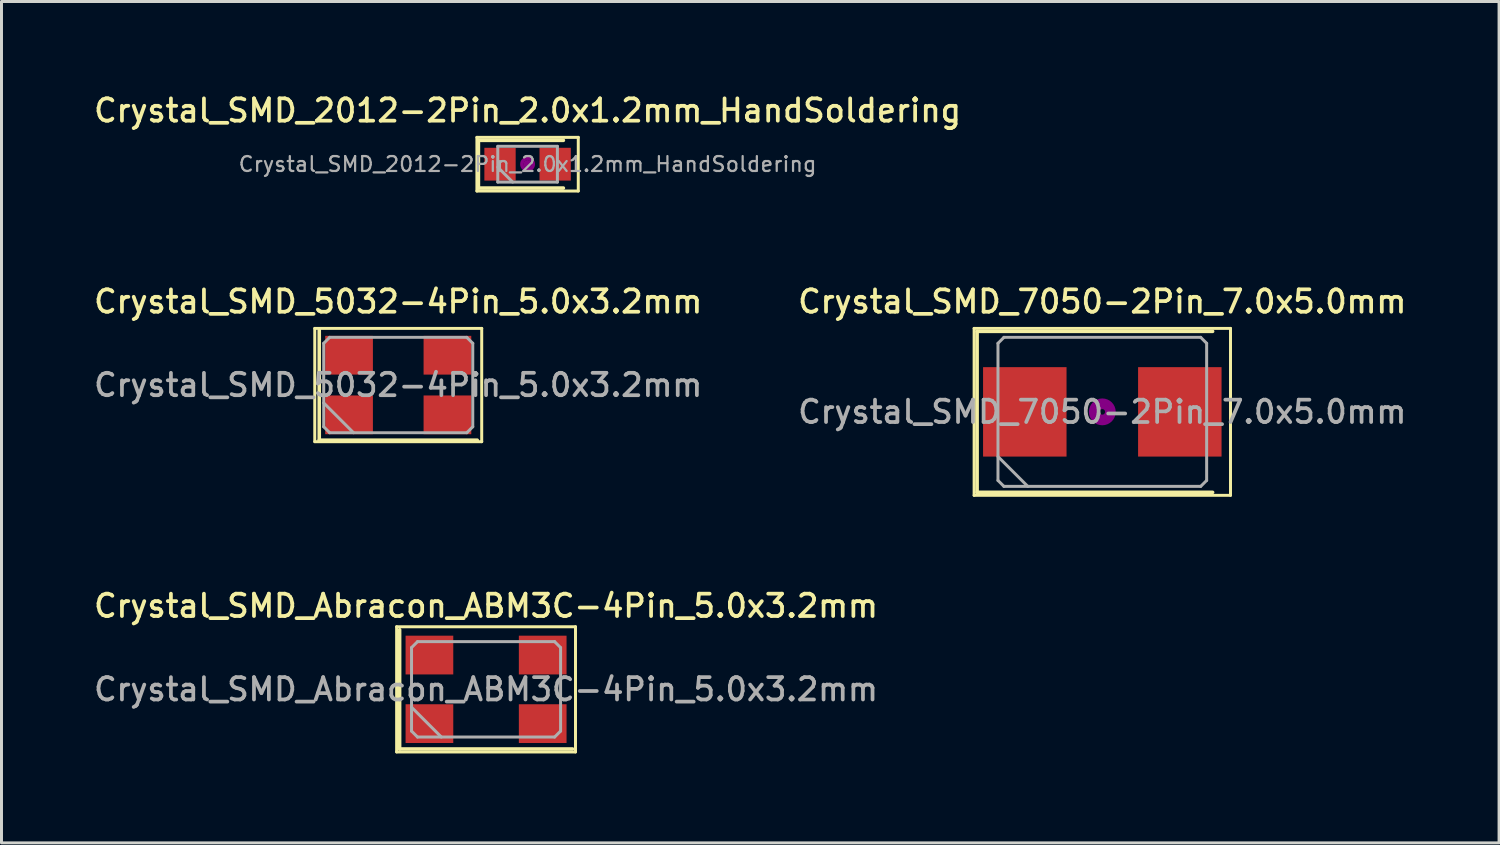
<source format=kicad_pcb>
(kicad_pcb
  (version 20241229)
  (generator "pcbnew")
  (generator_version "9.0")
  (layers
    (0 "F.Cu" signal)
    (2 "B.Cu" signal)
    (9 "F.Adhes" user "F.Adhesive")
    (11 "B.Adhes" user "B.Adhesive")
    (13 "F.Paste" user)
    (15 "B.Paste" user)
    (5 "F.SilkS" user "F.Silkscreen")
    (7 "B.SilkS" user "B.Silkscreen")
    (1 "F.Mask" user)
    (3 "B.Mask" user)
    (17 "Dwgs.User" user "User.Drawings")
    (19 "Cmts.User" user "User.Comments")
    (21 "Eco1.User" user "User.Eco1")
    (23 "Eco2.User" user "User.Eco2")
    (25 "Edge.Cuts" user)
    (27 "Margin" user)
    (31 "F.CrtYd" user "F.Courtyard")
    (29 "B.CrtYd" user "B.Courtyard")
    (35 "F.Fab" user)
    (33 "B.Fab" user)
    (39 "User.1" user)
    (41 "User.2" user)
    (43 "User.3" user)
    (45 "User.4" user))
  (footprint "Crystal_SMD_5032-4Pin_5.0x3.2mm"
    (layer "F.Cu")
    (at 10.309 9.866)
    (property "Reference" "Crystal_SMD_5032-4Pin_5.0x3.2mm" (at 0 -2.8 0) (layer "F.SilkS") (effects (font (size 0.75 0.75) (thickness 0.125))))
    (attr smd)
    (fp_line (start -2.8 -1.9) (end -2.8 1.9) (stroke (width 0.1) (type solid)) (layer "F.SilkS"))
    (fp_line (start -2.8 1.9) (end 2.8 1.9) (stroke (width 0.1) (type solid)) (layer "F.SilkS"))
    (fp_line (start -2.65 -1.85) (end -2.65 1.85) (stroke (width 0.12) (type solid)) (layer "F.SilkS"))
    (fp_line (start -2.65 1.85) (end 2.65 1.85) (stroke (width 0.12) (type solid)) (layer "F.SilkS"))
    (fp_line (start 2.8 -1.9) (end -2.8 -1.9) (stroke (width 0.1) (type solid)) (layer "F.SilkS"))
    (fp_line (start 2.8 1.9) (end 2.8 -1.9) (stroke (width 0.1) (type solid)) (layer "F.SilkS"))
    (fp_line (start -2.5 -1.4) (end -2.3 -1.6) (stroke (width 0.1) (type solid)) (layer "F.Fab"))
    (fp_line (start -2.5 0.6) (end -1.5 1.6) (stroke (width 0.1) (type solid)) (layer "F.Fab"))
    (fp_line (start -2.5 1.4) (end -2.5 -1.4) (stroke (width 0.1) (type solid)) (layer "F.Fab"))
    (fp_line (start -2.3 -1.6) (end 2.3 -1.6) (stroke (width 0.1) (type solid)) (layer "F.Fab"))
    (fp_line (start -2.3 1.6) (end -2.5 1.4) (stroke (width 0.1) (type solid)) (layer "F.Fab"))
    (fp_line (start 2.3 -1.6) (end 2.5 -1.4) (stroke (width 0.1) (type solid)) (layer "F.Fab"))
    (fp_line (start 2.3 1.6) (end -2.3 1.6) (stroke (width 0.1) (type solid)) (layer "F.Fab"))
    (fp_line (start 2.5 -1.4) (end 2.5 1.4) (stroke (width 0.1) (type solid)) (layer "F.Fab"))
    (fp_line (start 2.5 1.4) (end 2.3 1.6) (stroke (width 0.1) (type solid)) (layer "F.Fab"))
    (fp_text user "${REFERENCE}" (at 0 0 0) (layer "F.Fab") (effects (font (size 0.75 0.75) (thickness 0.125))))
    (pad "1" smd rect (at -1.65 1) (size 1.6 1.3) (layers "F.Cu" "F.Mask" "F.Paste"))
    (pad "2" smd rect (at 1.65 1) (size 1.6 1.3) (layers "F.Cu" "F.Mask" "F.Paste"))
    (pad "3" smd rect (at 1.65 -1) (size 1.6 1.3) (layers "F.Cu" "F.Mask" "F.Paste"))
    (pad "4" smd rect (at -1.65 -1) (size 1.6 1.3) (layers "F.Cu" "F.Mask" "F.Paste")))
  (footprint "Crystal_SMD_7050-2Pin_7.0x5.0mm"
    (layer "F.Cu")
    (at 33.927 10.766)
    (property "Reference" "Crystal_SMD_7050-2Pin_7.0x5.0mm" (at 0 -3.7 0) (layer "F.SilkS") (effects (font (size 0.75 0.75) (thickness 0.125))))
    (attr smd)
    (fp_line (start -4.3 -2.8) (end -4.3 2.8) (stroke (width 0.1) (type solid)) (layer "F.SilkS"))
    (fp_line (start -4.3 2.8) (end 4.3 2.8) (stroke (width 0.1) (type solid)) (layer "F.SilkS"))
    (fp_line (start -4.2 -2.7) (end -4.2 2.7) (stroke (width 0.12) (type solid)) (layer "F.SilkS"))
    (fp_line (start -4.2 2.7) (end 3.7 2.7) (stroke (width 0.12) (type solid)) (layer "F.SilkS"))
    (fp_line (start 3.7 -2.7) (end -4.2 -2.7) (stroke (width 0.12) (type solid)) (layer "F.SilkS"))
    (fp_line (start 4.3 -2.8) (end -4.3 -2.8) (stroke (width 0.1) (type solid)) (layer "F.SilkS"))
    (fp_line (start 4.3 2.8) (end 4.3 -2.8) (stroke (width 0.1) (type solid)) (layer "F.SilkS"))
    (fp_circle (center 0 0) (end 0.093 0) (stroke (width 0.187) (type solid)) (fill no) (layer "F.Adhes"))
    (fp_circle (center 0 0) (end 0.213 0) (stroke (width 0.133) (type solid)) (fill no) (layer "F.Adhes"))
    (fp_circle (center 0 0) (end 0.333 0) (stroke (width 0.133) (type solid)) (fill no) (layer "F.Adhes"))
    (fp_circle (center 0 0) (end 0.4 0) (stroke (width 0.1) (type solid)) (fill no) (layer "F.Adhes"))
    (fp_line (start -3.5 -2.3) (end -3.3 -2.5) (stroke (width 0.1) (type solid)) (layer "F.Fab"))
    (fp_line (start -3.5 1.5) (end -2.5 2.5) (stroke (width 0.1) (type solid)) (layer "F.Fab"))
    (fp_line (start -3.5 2.3) (end -3.5 -2.3) (stroke (width 0.1) (type solid)) (layer "F.Fab"))
    (fp_line (start -3.3 -2.5) (end 3.3 -2.5) (stroke (width 0.1) (type solid)) (layer "F.Fab"))
    (fp_line (start -3.3 2.5) (end -3.5 2.3) (stroke (width 0.1) (type solid)) (layer "F.Fab"))
    (fp_line (start 3.3 -2.5) (end 3.5 -2.3) (stroke (width 0.1) (type solid)) (layer "F.Fab"))
    (fp_line (start 3.3 2.5) (end -3.3 2.5) (stroke (width 0.1) (type solid)) (layer "F.Fab"))
    (fp_line (start 3.5 -2.3) (end 3.5 2.3) (stroke (width 0.1) (type solid)) (layer "F.Fab"))
    (fp_line (start 3.5 2.3) (end 3.3 2.5) (stroke (width 0.1) (type solid)) (layer "F.Fab"))
    (fp_text user "${REFERENCE}" (at 0 0 0) (layer "F.Fab") (effects (font (size 0.75 0.75) (thickness 0.125))))
    (pad "1" smd rect (at -2.6 0) (size 2.8 3) (layers "F.Cu" "F.Mask" "F.Paste"))
    (pad "2" smd rect (at 2.6 0) (size 2.8 3) (layers "F.Cu" "F.Mask" "F.Paste")))
  (footprint "Crystal_SMD_Abracon_ABM3C-4Pin_5.0x3.2mm"
    (layer "F.Cu")
    (at 13.255 20.074)
    (property "Reference" "Crystal_SMD_Abracon_ABM3C-4Pin_5.0x3.2mm" (at 0 -2.8 0) (layer "F.SilkS") (effects (font (size 0.75 0.75) (thickness 0.125))))
    (attr smd)
    (fp_line (start -3 -2.1) (end -3 2.1) (stroke (width 0.1) (type solid)) (layer "F.SilkS"))
    (fp_line (start -3 2.1) (end 3 2.1) (stroke (width 0.1) (type solid)) (layer "F.SilkS"))
    (fp_line (start -2.9 -2) (end -2.9 2) (stroke (width 0.12) (type solid)) (layer "F.SilkS"))
    (fp_line (start -2.9 2) (end 2.9 2) (stroke (width 0.12) (type solid)) (layer "F.SilkS"))
    (fp_line (start 3 -2.1) (end -3 -2.1) (stroke (width 0.1) (type solid)) (layer "F.SilkS"))
    (fp_line (start 3 2.1) (end 3 -2.1) (stroke (width 0.1) (type solid)) (layer "F.SilkS"))
    (fp_line (start -2.5 -1.4) (end -2.3 -1.6) (stroke (width 0.1) (type solid)) (layer "F.Fab"))
    (fp_line (start -2.5 0.6) (end -1.5 1.6) (stroke (width 0.1) (type solid)) (layer "F.Fab"))
    (fp_line (start -2.5 1.4) (end -2.5 -1.4) (stroke (width 0.1) (type solid)) (layer "F.Fab"))
    (fp_line (start -2.3 -1.6) (end 2.3 -1.6) (stroke (width 0.1) (type solid)) (layer "F.Fab"))
    (fp_line (start -2.3 1.6) (end -2.5 1.4) (stroke (width 0.1) (type solid)) (layer "F.Fab"))
    (fp_line (start 2.3 -1.6) (end 2.5 -1.4) (stroke (width 0.1) (type solid)) (layer "F.Fab"))
    (fp_line (start 2.3 1.6) (end -2.3 1.6) (stroke (width 0.1) (type solid)) (layer "F.Fab"))
    (fp_line (start 2.5 -1.4) (end 2.5 1.4) (stroke (width 0.1) (type solid)) (layer "F.Fab"))
    (fp_line (start 2.5 1.4) (end 2.3 1.6) (stroke (width 0.1) (type solid)) (layer "F.Fab"))
    (fp_text user "${REFERENCE}" (at 0 0 0) (layer "F.Fab") (effects (font (size 0.75 0.75) (thickness 0.125))))
    (pad "1" smd rect (at -1.9 1.15) (size 1.6 1.3) (layers "F.Cu" "F.Mask" "F.Paste"))
    (pad "2" smd rect (at 1.9 1.15) (size 1.6 1.3) (layers "F.Cu" "F.Mask" "F.Paste"))
    (pad "3" smd rect (at 1.9 -1.15) (size 1.6 1.3) (layers "F.Cu" "F.Mask" "F.Paste"))
    (pad "4" smd rect (at -1.9 -1.15) (size 1.6 1.3) (layers "F.Cu" "F.Mask" "F.Paste")))
  (footprint "Crystal_SMD_2012-2Pin_2.0x1.2mm_HandSoldering"
    (layer "F.Cu")
    (at 14.648 2.458)
    (property "Reference" "Crystal_SMD_2012-2Pin_2.0x1.2mm_HandSoldering" (at 0 -1.8 0) (layer "F.SilkS") (effects (font (size 0.75 0.75) (thickness 0.125))))
    (attr smd)
    (fp_line (start -1.7 -0.9) (end -1.7 0.9) (stroke (width 0.1) (type solid)) (layer "F.SilkS"))
    (fp_line (start -1.7 0.9) (end 1.7 0.9) (stroke (width 0.1) (type solid)) (layer "F.SilkS"))
    (fp_line (start -1.65 -0.8) (end -1.65 0.8) (stroke (width 0.12) (type solid)) (layer "F.SilkS"))
    (fp_line (start -1.65 0.8) (end 1.2 0.8) (stroke (width 0.12) (type solid)) (layer "F.SilkS"))
    (fp_line (start 1.2 -0.8) (end -1.65 -0.8) (stroke (width 0.12) (type solid)) (layer "F.SilkS"))
    (fp_line (start 1.7 -0.9) (end -1.7 -0.9) (stroke (width 0.1) (type solid)) (layer "F.SilkS"))
    (fp_line (start 1.7 0.9) (end 1.7 -0.9) (stroke (width 0.1) (type solid)) (layer "F.SilkS"))
    (fp_circle (center 0 0) (end 0.047 0) (stroke (width 0.093) (type solid)) (fill no) (layer "F.Adhes"))
    (fp_circle (center 0 0) (end 0.107 0) (stroke (width 0.067) (type solid)) (fill no) (layer "F.Adhes"))
    (fp_circle (center 0 0) (end 0.167 0) (stroke (width 0.067) (type solid)) (fill no) (layer "F.Adhes"))
    (fp_circle (center 0 0) (end 0.2 0) (stroke (width 0.1) (type solid)) (fill no) (layer "F.Adhes"))
    (fp_line (start -1 -0.6) (end -1 0.6) (stroke (width 0.1) (type solid)) (layer "F.Fab"))
    (fp_line (start -1 0.1) (end -0.5 0.6) (stroke (width 0.1) (type solid)) (layer "F.Fab"))
    (fp_line (start -1 0.6) (end 1 0.6) (stroke (width 0.1) (type solid)) (layer "F.Fab"))
    (fp_line (start 1 -0.6) (end -1 -0.6) (stroke (width 0.1) (type solid)) (layer "F.Fab"))
    (fp_line (start 1 0.6) (end 1 -0.6) (stroke (width 0.1) (type solid)) (layer "F.Fab"))
    (fp_text user "${REFERENCE}" (at 0 0 0) (layer "F.Fab") (effects (font (size 0.5 0.5) (thickness 0.075))))
    (pad "1" smd rect (at -0.925 0) (size 1.05 1.1) (layers "F.Cu" "F.Mask" "F.Paste"))
    (pad "2" smd rect (at 0.925 0) (size 1.05 1.1) (layers "F.Cu" "F.Mask" "F.Paste")))
  (gr_rect
    (start -3 -3)
    (end 47.236 25.224)
    (stroke (width 0.1) (type default))
    (fill no)
    (layer "Edge.Cuts")))
</source>
